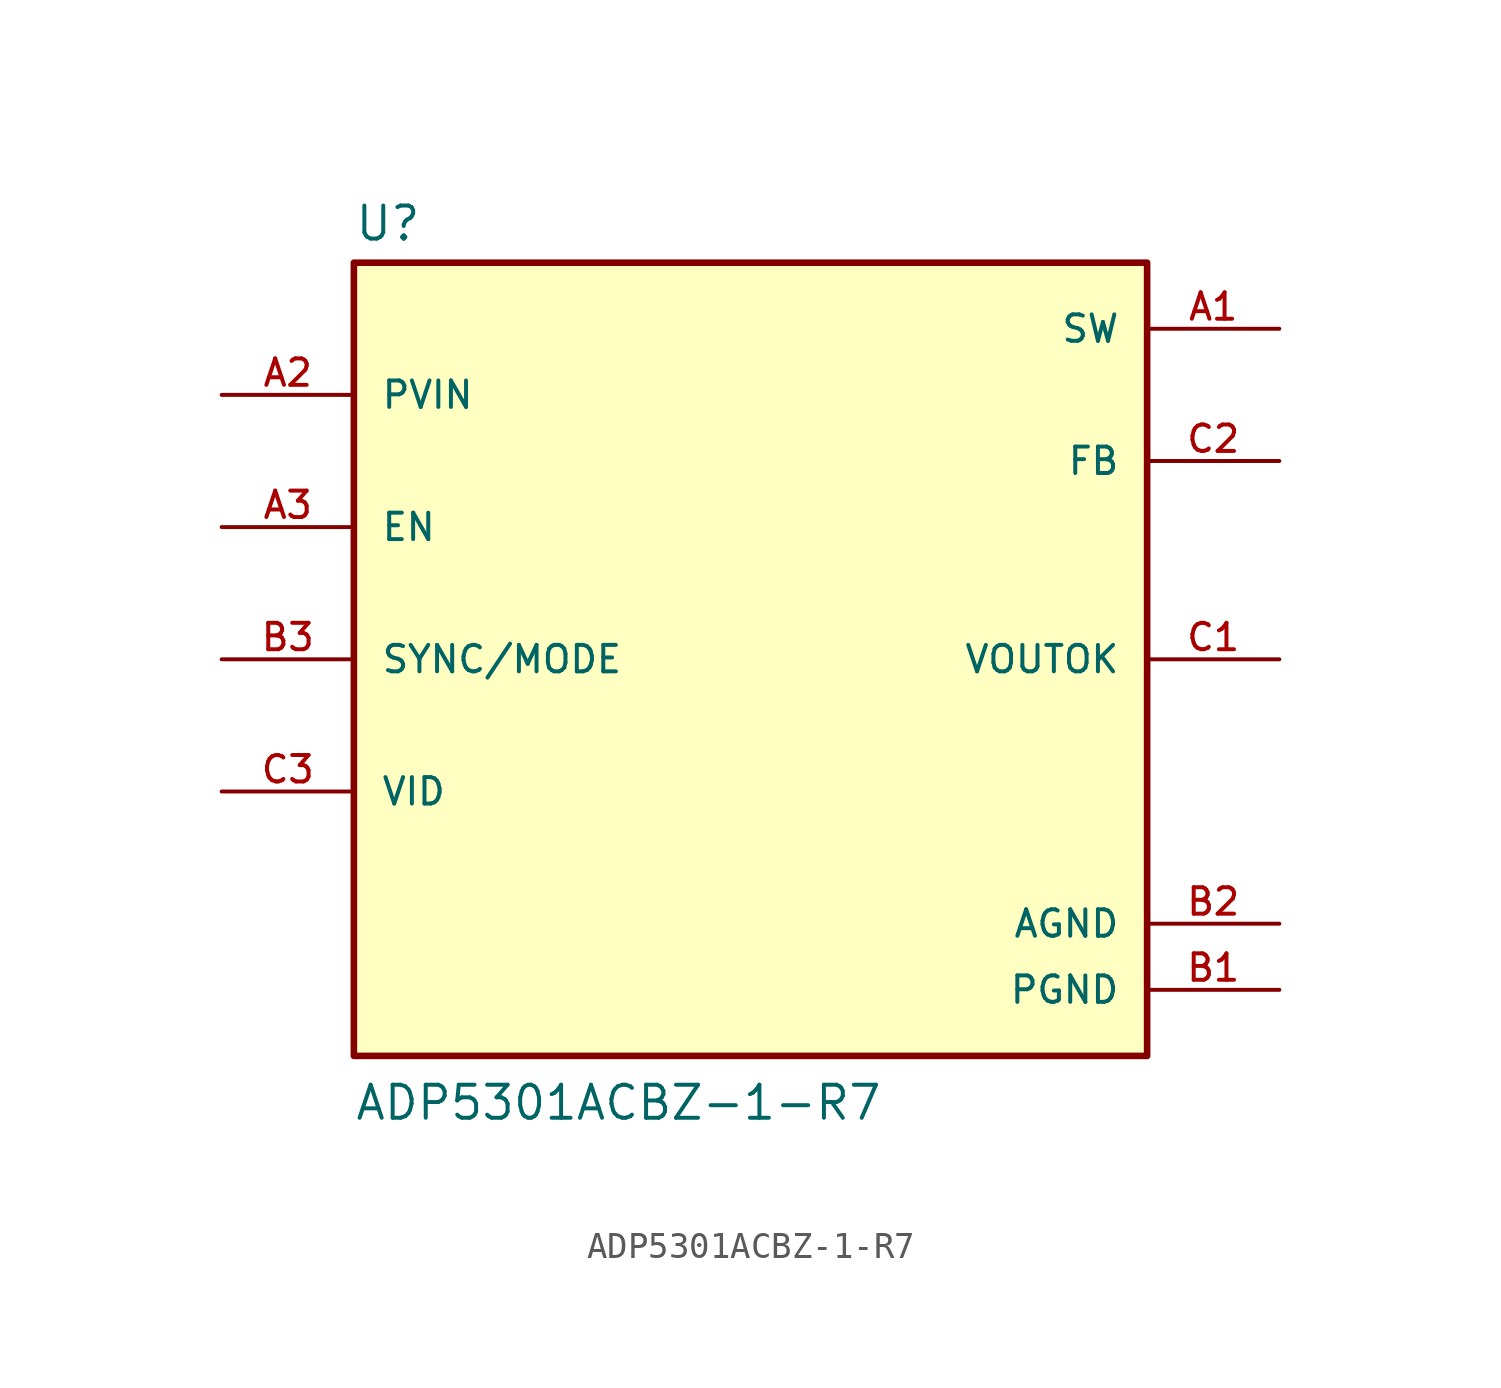
<source format=kicad_sym>
(kicad_symbol_lib
  (version 20211014)
  (generator kicad_symbol_editor)
  (symbol "ADP5301ACBZ-1-R7"
    (pin_names
      (offset 1.016))
    (property "Reference" "U"
      (at -15.24 16.002 0)
      (effects (font (size 1.27 1.27)) (justify bottom left)))
    (property "Value" "ADP5301ACBZ-1-R7"
      (at -15.24 -17.78 0)
      (effects (font (size 1.27 1.27)) (justify bottom left)))
    (symbol "ADP5301ACBZ-1-R7_0_0"
      (rectangle (start -15.24 -15.24) (end 15.24 15.24) (stroke (width 0.254)) (fill (type background)))
      (pin input line (at -20.32 10.16 0) (length 5.08) (name "PVIN" (effects (font (size 1.016 1.016)))) (number "A2" (effects (font (size 1.016 1.016)))))
      (pin input line (at -20.32 5.08 0) (length 5.08) (name "EN" (effects (font (size 1.016 1.016)))) (number "A3" (effects (font (size 1.016 1.016)))))
      (pin input line (at -20.32 0.0 0) (length 5.08) (name "SYNC/MODE" (effects (font (size 1.016 1.016)))) (number "B3" (effects (font (size 1.016 1.016)))))
      (pin output line (at 20.32 0.0 180.0) (length 5.08) (name "VOUTOK" (effects (font (size 1.016 1.016)))) (number "C1" (effects (font (size 1.016 1.016)))))
      (pin input line (at 20.32 7.62 180.0) (length 5.08) (name "FB" (effects (font (size 1.016 1.016)))) (number "C2" (effects (font (size 1.016 1.016)))))
      (pin passive line (at -20.32 -5.08 0) (length 5.08) (name "VID" (effects (font (size 1.016 1.016)))) (number "C3" (effects (font (size 1.016 1.016)))))
      (pin output line (at 20.32 12.7 180.0) (length 5.08) (name "SW" (effects (font (size 1.016 1.016)))) (number "A1" (effects (font (size 1.016 1.016)))))
      (pin power_in line (at 20.32 -10.16 180.0) (length 5.08) (name "AGND" (effects (font (size 1.016 1.016)))) (number "B2" (effects (font (size 1.016 1.016)))))
      (pin power_in line (at 20.32 -12.7 180.0) (length 5.08) (name "PGND" (effects (font (size 1.016 1.016)))) (number "B1" (effects (font (size 1.016 1.016))))))))
</source>
